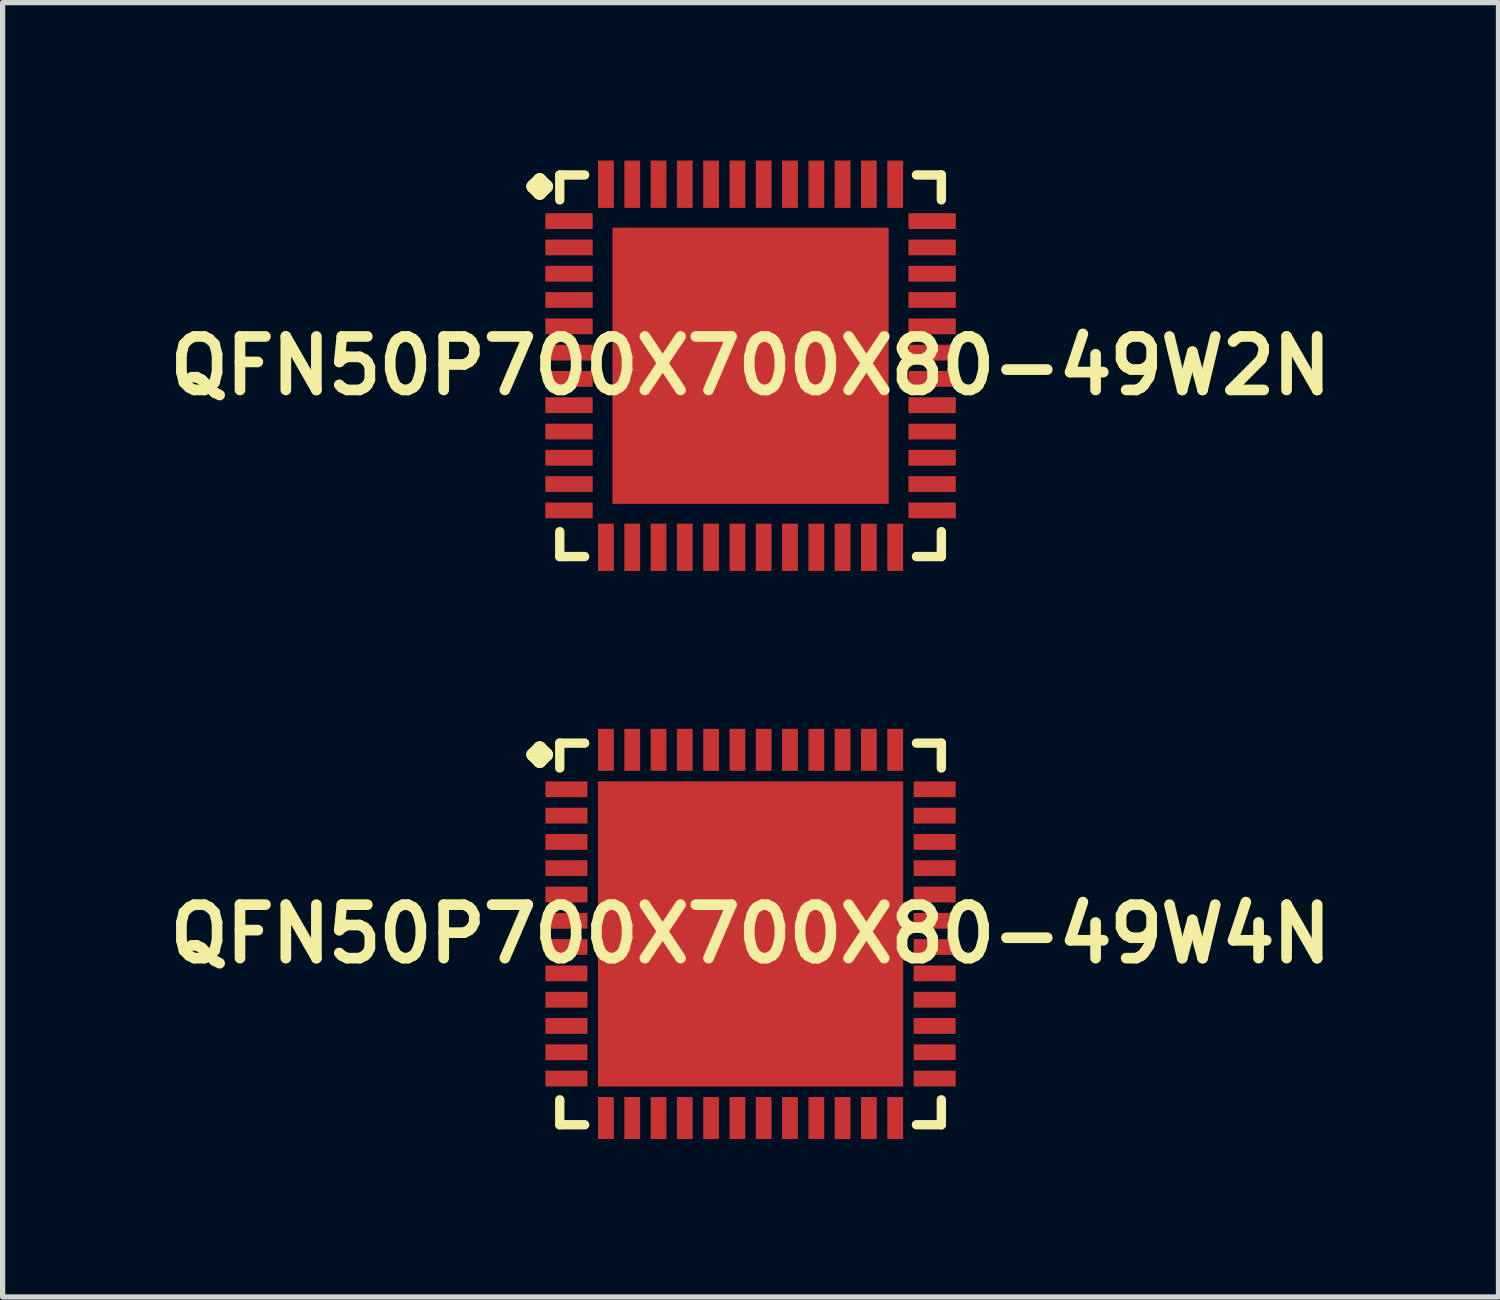
<source format=kicad_pcb>
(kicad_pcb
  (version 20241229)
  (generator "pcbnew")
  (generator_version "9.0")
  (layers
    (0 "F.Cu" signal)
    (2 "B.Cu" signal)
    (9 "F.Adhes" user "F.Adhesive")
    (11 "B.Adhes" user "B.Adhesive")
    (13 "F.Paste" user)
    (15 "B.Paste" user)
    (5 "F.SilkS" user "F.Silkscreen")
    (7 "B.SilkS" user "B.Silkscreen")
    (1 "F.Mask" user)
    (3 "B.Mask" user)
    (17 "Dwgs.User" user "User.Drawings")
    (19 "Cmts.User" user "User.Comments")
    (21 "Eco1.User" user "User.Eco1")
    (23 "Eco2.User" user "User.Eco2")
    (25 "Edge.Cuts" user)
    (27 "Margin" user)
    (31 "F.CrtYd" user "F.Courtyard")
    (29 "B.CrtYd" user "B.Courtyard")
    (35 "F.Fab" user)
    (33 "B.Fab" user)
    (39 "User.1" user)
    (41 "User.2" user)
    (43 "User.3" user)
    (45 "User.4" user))
  (footprint "QFN50P700X700X80-49W2N"
    (layer "F.Cu")
    (at 11.21 3.899)
    (property "Reference" "QFN50P700X700X80-49W2N" (at 0 0 0) (layer "F.SilkS") (effects (font (size 1.016 1.016) (thickness 0.203))))
    (attr smd)
    (fp_line (start -4.133 -3.406) (end -4.006 -3.533) (stroke (width 0.254) (type solid)) (layer "F.SilkS"))
    (fp_line (start -4.006 -3.533) (end -3.879 -3.406) (stroke (width 0.254) (type solid)) (layer "F.SilkS"))
    (fp_line (start -4.006 -3.279) (end -4.133 -3.406) (stroke (width 0.254) (type solid)) (layer "F.SilkS"))
    (fp_line (start -3.879 -3.406) (end -4.006 -3.279) (stroke (width 0.254) (type solid)) (layer "F.SilkS"))
    (fp_line (start -3.625 -3.625) (end -3.152 -3.625) (stroke (width 0.178) (type solid)) (layer "F.SilkS"))
    (fp_line (start -3.625 -3.152) (end -3.625 -3.625) (stroke (width 0.178) (type solid)) (layer "F.SilkS"))
    (fp_line (start -3.625 3.152) (end -3.625 3.625) (stroke (width 0.178) (type solid)) (layer "F.SilkS"))
    (fp_line (start -3.625 3.625) (end -3.152 3.625) (stroke (width 0.178) (type solid)) (layer "F.SilkS"))
    (fp_line (start 3.152 -3.625) (end 3.625 -3.625) (stroke (width 0.178) (type solid)) (layer "F.SilkS"))
    (fp_line (start 3.152 3.625) (end 3.625 3.625) (stroke (width 0.178) (type solid)) (layer "F.SilkS"))
    (fp_line (start 3.625 -3.625) (end 3.625 -3.152) (stroke (width 0.178) (type solid)) (layer "F.SilkS"))
    (fp_line (start 3.625 3.625) (end 3.625 3.152) (stroke (width 0.178) (type solid)) (layer "F.SilkS"))
    (pad "1" smd rect (at -3.449 -2.748) (size 0.899 0.3) (layers "F.Cu" "F.Mask" "F.Paste"))
    (pad "2" smd rect (at -3.449 -2.248) (size 0.899 0.3) (layers "F.Cu" "F.Mask" "F.Paste"))
    (pad "3" smd rect (at -3.449 -1.748) (size 0.899 0.3) (layers "F.Cu" "F.Mask" "F.Paste"))
    (pad "4" smd rect (at -3.449 -1.25) (size 0.899 0.3) (layers "F.Cu" "F.Mask" "F.Paste"))
    (pad "5" smd rect (at -3.449 -0.749) (size 0.899 0.3) (layers "F.Cu" "F.Mask" "F.Paste"))
    (pad "6" smd rect (at -3.449 -0.249) (size 0.899 0.3) (layers "F.Cu" "F.Mask" "F.Paste"))
    (pad "7" smd rect (at -3.449 0.249) (size 0.899 0.3) (layers "F.Cu" "F.Mask" "F.Paste"))
    (pad "8" smd rect (at -3.449 0.749) (size 0.899 0.3) (layers "F.Cu" "F.Mask" "F.Paste"))
    (pad "9" smd rect (at -3.449 1.25) (size 0.899 0.3) (layers "F.Cu" "F.Mask" "F.Paste"))
    (pad "10" smd rect (at -3.449 1.748) (size 0.899 0.3) (layers "F.Cu" "F.Mask" "F.Paste"))
    (pad "11" smd rect (at -3.449 2.248) (size 0.899 0.3) (layers "F.Cu" "F.Mask" "F.Paste"))
    (pad "12" smd rect (at -3.449 2.748) (size 0.899 0.3) (layers "F.Cu" "F.Mask" "F.Paste"))
    (pad "13" smd rect (at -2.748 3.449) (size 0.3 0.899) (layers "F.Cu" "F.Mask" "F.Paste"))
    (pad "14" smd rect (at -2.248 3.449) (size 0.3 0.899) (layers "F.Cu" "F.Mask" "F.Paste"))
    (pad "15" smd rect (at -1.748 3.449) (size 0.3 0.899) (layers "F.Cu" "F.Mask" "F.Paste"))
    (pad "16" smd rect (at -1.25 3.449) (size 0.3 0.899) (layers "F.Cu" "F.Mask" "F.Paste"))
    (pad "17" smd rect (at -0.749 3.449) (size 0.3 0.899) (layers "F.Cu" "F.Mask" "F.Paste"))
    (pad "18" smd rect (at -0.249 3.449) (size 0.3 0.899) (layers "F.Cu" "F.Mask" "F.Paste"))
    (pad "19" smd rect (at 0.249 3.449) (size 0.3 0.899) (layers "F.Cu" "F.Mask" "F.Paste"))
    (pad "20" smd rect (at 0.749 3.449) (size 0.3 0.899) (layers "F.Cu" "F.Mask" "F.Paste"))
    (pad "21" smd rect (at 1.25 3.449) (size 0.3 0.899) (layers "F.Cu" "F.Mask" "F.Paste"))
    (pad "22" smd rect (at 1.748 3.449) (size 0.3 0.899) (layers "F.Cu" "F.Mask" "F.Paste"))
    (pad "23" smd rect (at 2.248 3.449) (size 0.3 0.899) (layers "F.Cu" "F.Mask" "F.Paste"))
    (pad "24" smd rect (at 2.748 3.449) (size 0.3 0.899) (layers "F.Cu" "F.Mask" "F.Paste"))
    (pad "25" smd rect (at 3.449 2.748) (size 0.899 0.3) (layers "F.Cu" "F.Mask" "F.Paste"))
    (pad "26" smd rect (at 3.449 2.248) (size 0.899 0.3) (layers "F.Cu" "F.Mask" "F.Paste"))
    (pad "27" smd rect (at 3.449 1.748) (size 0.899 0.3) (layers "F.Cu" "F.Mask" "F.Paste"))
    (pad "28" smd rect (at 3.449 1.25) (size 0.899 0.3) (layers "F.Cu" "F.Mask" "F.Paste"))
    (pad "29" smd rect (at 3.449 0.749) (size 0.899 0.3) (layers "F.Cu" "F.Mask" "F.Paste"))
    (pad "30" smd rect (at 3.449 0.249) (size 0.899 0.3) (layers "F.Cu" "F.Mask" "F.Paste"))
    (pad "31" smd rect (at 3.449 -0.249) (size 0.899 0.3) (layers "F.Cu" "F.Mask" "F.Paste"))
    (pad "32" smd rect (at 3.449 -0.749) (size 0.899 0.3) (layers "F.Cu" "F.Mask" "F.Paste"))
    (pad "33" smd rect (at 3.449 -1.25) (size 0.899 0.3) (layers "F.Cu" "F.Mask" "F.Paste"))
    (pad "34" smd rect (at 3.449 -1.748) (size 0.899 0.3) (layers "F.Cu" "F.Mask" "F.Paste"))
    (pad "35" smd rect (at 3.449 -2.248) (size 0.899 0.3) (layers "F.Cu" "F.Mask" "F.Paste"))
    (pad "36" smd rect (at 3.449 -2.748) (size 0.899 0.3) (layers "F.Cu" "F.Mask" "F.Paste"))
    (pad "37" smd rect (at 2.748 -3.449) (size 0.3 0.899) (layers "F.Cu" "F.Mask" "F.Paste"))
    (pad "38" smd rect (at 2.248 -3.449) (size 0.3 0.899) (layers "F.Cu" "F.Mask" "F.Paste"))
    (pad "39" smd rect (at 1.748 -3.449) (size 0.3 0.899) (layers "F.Cu" "F.Mask" "F.Paste"))
    (pad "40" smd rect (at 1.25 -3.449) (size 0.3 0.899) (layers "F.Cu" "F.Mask" "F.Paste"))
    (pad "41" smd rect (at 0.749 -3.449) (size 0.3 0.899) (layers "F.Cu" "F.Mask" "F.Paste"))
    (pad "42" smd rect (at 0.249 -3.449) (size 0.3 0.899) (layers "F.Cu" "F.Mask" "F.Paste"))
    (pad "43" smd rect (at -0.249 -3.449) (size 0.3 0.899) (layers "F.Cu" "F.Mask" "F.Paste"))
    (pad "44" smd rect (at -0.749 -3.449) (size 0.3 0.899) (layers "F.Cu" "F.Mask" "F.Paste"))
    (pad "45" smd rect (at -1.25 -3.449) (size 0.3 0.899) (layers "F.Cu" "F.Mask" "F.Paste"))
    (pad "46" smd rect (at -1.748 -3.449) (size 0.3 0.899) (layers "F.Cu" "F.Mask" "F.Paste"))
    (pad "47" smd rect (at -2.248 -3.449) (size 0.3 0.899) (layers "F.Cu" "F.Mask" "F.Paste"))
    (pad "48" smd rect (at -2.748 -3.449) (size 0.3 0.899) (layers "F.Cu" "F.Mask" "F.Paste"))
    (pad "49" smd rect (at 0 0) (size 5.248 5.248) (layers "F.Cu" "F.Mask" "F.Paste")))
  (footprint "QFN50P700X700X80-49W4N"
    (layer "F.Cu")
    (at 11.21 14.694)
    (property "Reference" "QFN50P700X700X80-49W4N" (at 0 0 0) (layer "F.SilkS") (effects (font (size 1.016 1.016) (thickness 0.203))))
    (attr smd)
    (fp_line (start -4.133 -3.406) (end -4.006 -3.533) (stroke (width 0.254) (type solid)) (layer "F.SilkS"))
    (fp_line (start -4.006 -3.533) (end -3.879 -3.406) (stroke (width 0.254) (type solid)) (layer "F.SilkS"))
    (fp_line (start -4.006 -3.279) (end -4.133 -3.406) (stroke (width 0.254) (type solid)) (layer "F.SilkS"))
    (fp_line (start -3.879 -3.406) (end -4.006 -3.279) (stroke (width 0.254) (type solid)) (layer "F.SilkS"))
    (fp_line (start -3.625 -3.625) (end -3.152 -3.625) (stroke (width 0.178) (type solid)) (layer "F.SilkS"))
    (fp_line (start -3.625 -3.152) (end -3.625 -3.625) (stroke (width 0.178) (type solid)) (layer "F.SilkS"))
    (fp_line (start -3.625 3.152) (end -3.625 3.625) (stroke (width 0.178) (type solid)) (layer "F.SilkS"))
    (fp_line (start -3.625 3.625) (end -3.152 3.625) (stroke (width 0.178) (type solid)) (layer "F.SilkS"))
    (fp_line (start 3.152 -3.625) (end 3.625 -3.625) (stroke (width 0.178) (type solid)) (layer "F.SilkS"))
    (fp_line (start 3.152 3.625) (end 3.625 3.625) (stroke (width 0.178) (type solid)) (layer "F.SilkS"))
    (fp_line (start 3.625 -3.625) (end 3.625 -3.152) (stroke (width 0.178) (type solid)) (layer "F.SilkS"))
    (fp_line (start 3.625 3.625) (end 3.625 3.152) (stroke (width 0.178) (type solid)) (layer "F.SilkS"))
    (pad "1" smd rect (at -3.498 -2.748) (size 0.798 0.3) (layers "F.Cu" "F.Mask" "F.Paste"))
    (pad "2" smd rect (at -3.498 -2.248) (size 0.798 0.3) (layers "F.Cu" "F.Mask" "F.Paste"))
    (pad "3" smd rect (at -3.498 -1.748) (size 0.798 0.3) (layers "F.Cu" "F.Mask" "F.Paste"))
    (pad "4" smd rect (at -3.498 -1.25) (size 0.798 0.3) (layers "F.Cu" "F.Mask" "F.Paste"))
    (pad "5" smd rect (at -3.498 -0.749) (size 0.798 0.3) (layers "F.Cu" "F.Mask" "F.Paste"))
    (pad "6" smd rect (at -3.498 -0.249) (size 0.798 0.3) (layers "F.Cu" "F.Mask" "F.Paste"))
    (pad "7" smd rect (at -3.498 0.249) (size 0.798 0.3) (layers "F.Cu" "F.Mask" "F.Paste"))
    (pad "8" smd rect (at -3.498 0.749) (size 0.798 0.3) (layers "F.Cu" "F.Mask" "F.Paste"))
    (pad "9" smd rect (at -3.498 1.25) (size 0.798 0.3) (layers "F.Cu" "F.Mask" "F.Paste"))
    (pad "10" smd rect (at -3.498 1.748) (size 0.798 0.3) (layers "F.Cu" "F.Mask" "F.Paste"))
    (pad "11" smd rect (at -3.498 2.248) (size 0.798 0.3) (layers "F.Cu" "F.Mask" "F.Paste"))
    (pad "12" smd rect (at -3.498 2.748) (size 0.798 0.3) (layers "F.Cu" "F.Mask" "F.Paste"))
    (pad "13" smd rect (at -2.748 3.498) (size 0.3 0.798) (layers "F.Cu" "F.Mask" "F.Paste"))
    (pad "14" smd rect (at -2.248 3.498) (size 0.3 0.798) (layers "F.Cu" "F.Mask" "F.Paste"))
    (pad "15" smd rect (at -1.748 3.498) (size 0.3 0.798) (layers "F.Cu" "F.Mask" "F.Paste"))
    (pad "16" smd rect (at -1.25 3.498) (size 0.3 0.798) (layers "F.Cu" "F.Mask" "F.Paste"))
    (pad "17" smd rect (at -0.749 3.498) (size 0.3 0.798) (layers "F.Cu" "F.Mask" "F.Paste"))
    (pad "18" smd rect (at -0.249 3.498) (size 0.3 0.798) (layers "F.Cu" "F.Mask" "F.Paste"))
    (pad "19" smd rect (at 0.249 3.498) (size 0.3 0.798) (layers "F.Cu" "F.Mask" "F.Paste"))
    (pad "20" smd rect (at 0.749 3.498) (size 0.3 0.798) (layers "F.Cu" "F.Mask" "F.Paste"))
    (pad "21" smd rect (at 1.25 3.498) (size 0.3 0.798) (layers "F.Cu" "F.Mask" "F.Paste"))
    (pad "22" smd rect (at 1.748 3.498) (size 0.3 0.798) (layers "F.Cu" "F.Mask" "F.Paste"))
    (pad "23" smd rect (at 2.248 3.498) (size 0.3 0.798) (layers "F.Cu" "F.Mask" "F.Paste"))
    (pad "24" smd rect (at 2.748 3.498) (size 0.3 0.798) (layers "F.Cu" "F.Mask" "F.Paste"))
    (pad "25" smd rect (at 3.498 2.748) (size 0.798 0.3) (layers "F.Cu" "F.Mask" "F.Paste"))
    (pad "26" smd rect (at 3.498 2.248) (size 0.798 0.3) (layers "F.Cu" "F.Mask" "F.Paste"))
    (pad "27" smd rect (at 3.498 1.748) (size 0.798 0.3) (layers "F.Cu" "F.Mask" "F.Paste"))
    (pad "28" smd rect (at 3.498 1.25) (size 0.798 0.3) (layers "F.Cu" "F.Mask" "F.Paste"))
    (pad "29" smd rect (at 3.498 0.749) (size 0.798 0.3) (layers "F.Cu" "F.Mask" "F.Paste"))
    (pad "30" smd rect (at 3.498 0.249) (size 0.798 0.3) (layers "F.Cu" "F.Mask" "F.Paste"))
    (pad "31" smd rect (at 3.498 -0.249) (size 0.798 0.3) (layers "F.Cu" "F.Mask" "F.Paste"))
    (pad "32" smd rect (at 3.498 -0.749) (size 0.798 0.3) (layers "F.Cu" "F.Mask" "F.Paste"))
    (pad "33" smd rect (at 3.498 -1.25) (size 0.798 0.3) (layers "F.Cu" "F.Mask" "F.Paste"))
    (pad "34" smd rect (at 3.498 -1.748) (size 0.798 0.3) (layers "F.Cu" "F.Mask" "F.Paste"))
    (pad "35" smd rect (at 3.498 -2.248) (size 0.798 0.3) (layers "F.Cu" "F.Mask" "F.Paste"))
    (pad "36" smd rect (at 3.498 -2.748) (size 0.798 0.3) (layers "F.Cu" "F.Mask" "F.Paste"))
    (pad "37" smd rect (at 2.748 -3.498) (size 0.3 0.798) (layers "F.Cu" "F.Mask" "F.Paste"))
    (pad "38" smd rect (at 2.248 -3.498) (size 0.3 0.798) (layers "F.Cu" "F.Mask" "F.Paste"))
    (pad "39" smd rect (at 1.748 -3.498) (size 0.3 0.798) (layers "F.Cu" "F.Mask" "F.Paste"))
    (pad "40" smd rect (at 1.25 -3.498) (size 0.3 0.798) (layers "F.Cu" "F.Mask" "F.Paste"))
    (pad "41" smd rect (at 0.749 -3.498) (size 0.3 0.798) (layers "F.Cu" "F.Mask" "F.Paste"))
    (pad "42" smd rect (at 0.249 -3.498) (size 0.3 0.798) (layers "F.Cu" "F.Mask" "F.Paste"))
    (pad "43" smd rect (at -0.249 -3.498) (size 0.3 0.798) (layers "F.Cu" "F.Mask" "F.Paste"))
    (pad "44" smd rect (at -0.749 -3.498) (size 0.3 0.798) (layers "F.Cu" "F.Mask" "F.Paste"))
    (pad "45" smd rect (at -1.25 -3.498) (size 0.3 0.798) (layers "F.Cu" "F.Mask" "F.Paste"))
    (pad "46" smd rect (at -1.748 -3.498) (size 0.3 0.798) (layers "F.Cu" "F.Mask" "F.Paste"))
    (pad "47" smd rect (at -2.248 -3.498) (size 0.3 0.798) (layers "F.Cu" "F.Mask" "F.Paste"))
    (pad "48" smd rect (at -2.748 -3.498) (size 0.3 0.798) (layers "F.Cu" "F.Mask" "F.Paste"))
    (pad "49" smd rect (at 0 0) (size 5.799 5.799) (layers "F.Cu" "F.Mask" "F.Paste")))
  (gr_rect
    (start -3 -3)
    (end 25.42 21.591)
    (stroke (width 0.1) (type default))
    (fill no)
    (layer "Edge.Cuts")))
</source>
